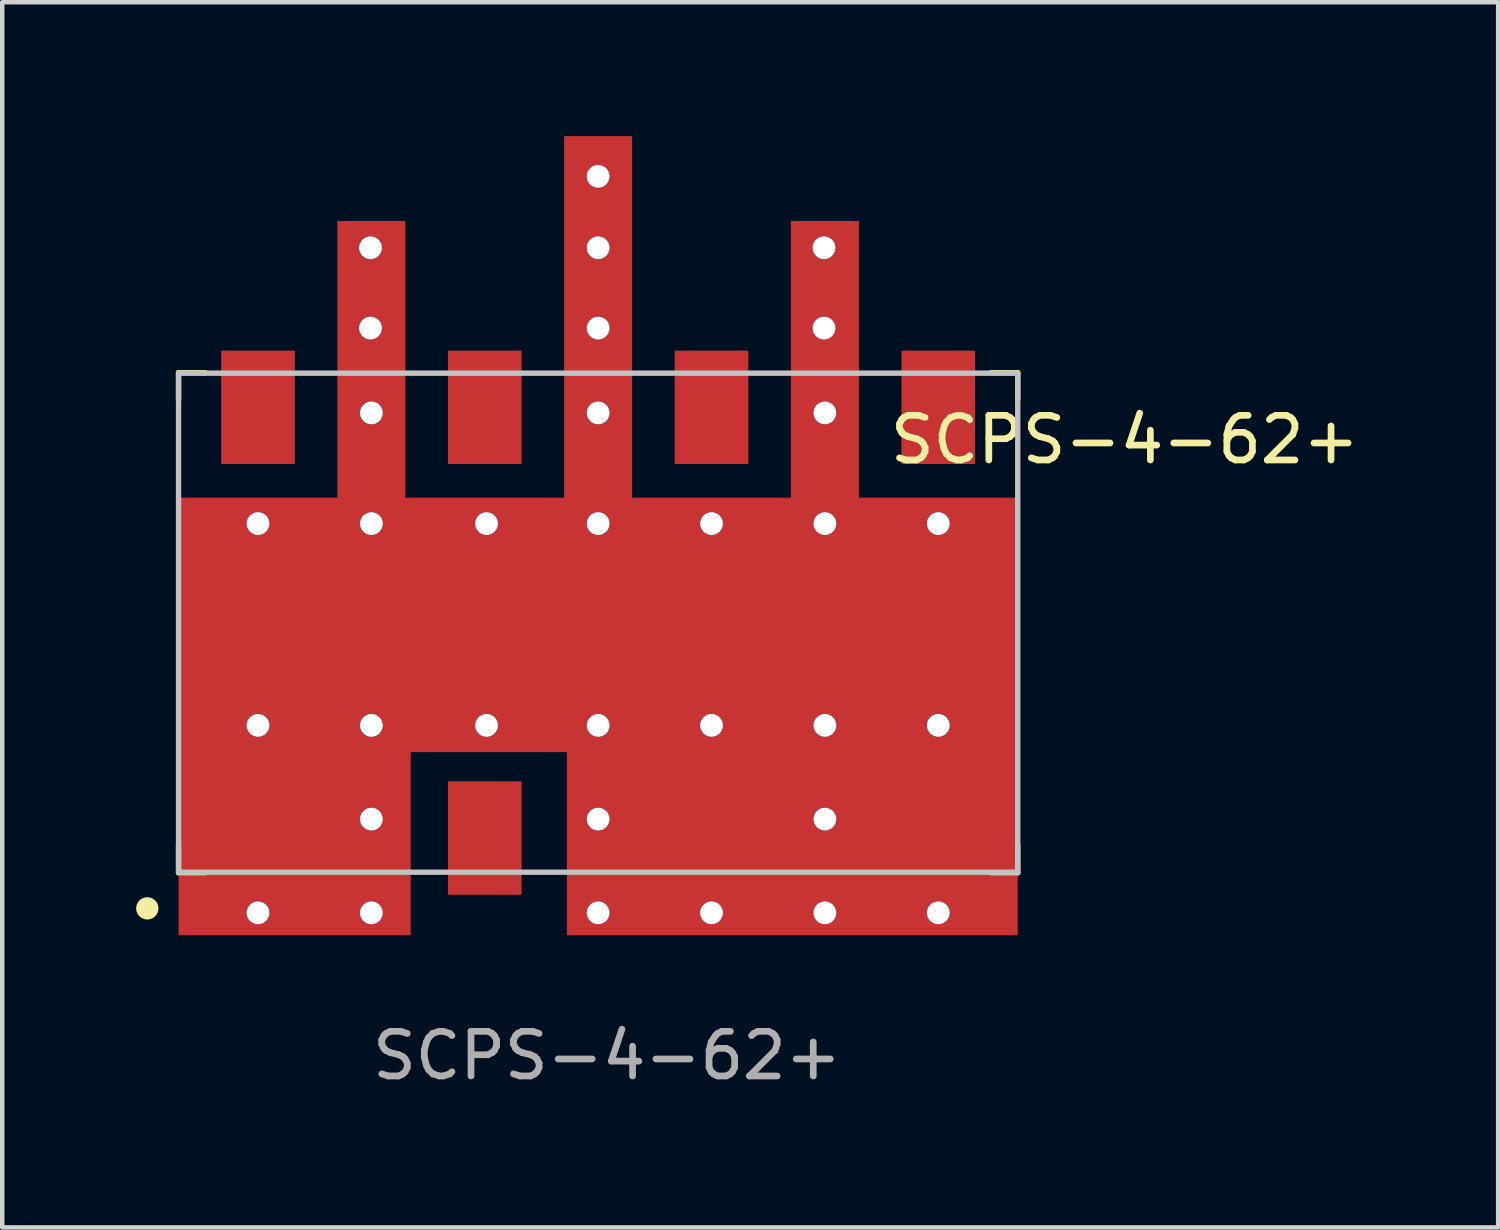
<source format=kicad_pcb>
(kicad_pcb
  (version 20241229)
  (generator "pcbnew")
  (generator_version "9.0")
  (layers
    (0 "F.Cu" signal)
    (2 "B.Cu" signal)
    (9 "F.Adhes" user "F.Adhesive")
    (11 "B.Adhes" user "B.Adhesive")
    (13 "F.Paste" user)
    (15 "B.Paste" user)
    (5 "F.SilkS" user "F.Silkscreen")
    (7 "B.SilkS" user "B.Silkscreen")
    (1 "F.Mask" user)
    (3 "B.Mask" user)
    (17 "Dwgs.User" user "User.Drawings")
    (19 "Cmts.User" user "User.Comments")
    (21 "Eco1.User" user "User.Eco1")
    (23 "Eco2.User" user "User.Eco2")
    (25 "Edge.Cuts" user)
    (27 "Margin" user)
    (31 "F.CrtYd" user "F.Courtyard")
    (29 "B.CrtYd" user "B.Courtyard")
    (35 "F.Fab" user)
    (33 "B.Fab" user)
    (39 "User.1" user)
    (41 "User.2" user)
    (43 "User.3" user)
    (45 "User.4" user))
  (footprint "SCPS-4-62+"
    (layer "F.Cu")
    (at 10.35 10.9)
    (property "Reference" "SCPS-4-62+" (at 11.8 -4.1 0) (unlocked yes) (layer "F.SilkS") (effects (font (size 1 1) (thickness 0.15))))
    (attr smd)
    (fp_rect (start -9.4 -2.8) (end 9.4 2.9) (stroke (width 0) (type solid)) (fill yes) (layer "F.Cu"))
    (fp_rect (start -9.4 7) (end -4.2 1.6) (stroke (width 0) (type solid)) (fill yes) (layer "F.Cu"))
    (fp_rect (start -5.842 -1.7) (end -4.318 -9) (stroke (width 0) (type solid)) (fill yes) (layer "F.Cu"))
    (fp_rect (start -0.762 -1.7) (end 0.762 -10.9) (stroke (width 0) (type solid)) (fill yes) (layer "F.Cu"))
    (fp_rect (start -0.7 7) (end 9.4 1.6) (stroke (width 0) (type solid)) (fill yes) (layer "F.Cu"))
    (fp_rect (start 4.318 -1.7) (end 5.842 -9) (stroke (width 0) (type solid)) (fill yes) (layer "F.Cu"))
    (fp_line (start -9.4 -5.6) (end -8.8 -5.6) (stroke (width 0.12) (type solid)) (layer "F.SilkS"))
    (fp_line (start -9.4 -5) (end -9.4 -5.6) (stroke (width 0.12) (type solid)) (layer "F.SilkS"))
    (fp_line (start -9.4 5.6) (end -9.4 5) (stroke (width 0.12) (type solid)) (layer "F.SilkS"))
    (fp_line (start -8.8 5.6) (end -9.4 5.6) (stroke (width 0.12) (type solid)) (layer "F.SilkS"))
    (fp_line (start 9.4 -5.6) (end 8.8 -5.6) (stroke (width 0.12) (type solid)) (layer "F.SilkS"))
    (fp_line (start 9.4 -5) (end 9.4 -5.6) (stroke (width 0.12) (type solid)) (layer "F.SilkS"))
    (fp_line (start 9.4 5) (end 9.4 5.6) (stroke (width 0.12) (type solid)) (layer "F.SilkS"))
    (fp_line (start 9.4 5.6) (end 8.8 5.6) (stroke (width 0.12) (type solid)) (layer "F.SilkS"))
    (fp_circle (center -10.1 6.4) (end -9.85 6.4) (stroke (width 0) (type solid)) (fill yes) (layer "F.SilkS"))
    (fp_rect (start -9.4 -5.59) (end 9.4 5.59) (stroke (width 0.12) (type solid)) (fill no) (layer "Dwgs.User"))
    (fp_text user "${REFERENCE}" (at 0.2 9.7 0) (unlocked yes) (layer "F.Fab") (effects (font (size 1 1) (thickness 0.15))))
    (pad "1" thru_hole circle (at -7.62 -2.22) (size 0.508 0.508) (drill 0.508) (layers "*.Cu"))
    (pad "1" thru_hole circle (at -7.62 2.3) (size 0.508 0.508) (drill 0.508) (layers "*.Cu"))
    (pad "1" smd rect (at -7.62 4.825) (size 1.65 2.54) (layers "F.Cu" "F.Mask" "F.Paste"))
    (pad "1" thru_hole circle (at -7.62 6.5) (size 0.508 0.508) (drill 0.508) (layers "*.Cu"))
    (pad "1" thru_hole circle (at -5.1 -8.4) (size 0.508 0.508) (drill 0.508) (layers "*.Cu"))
    (pad "1" thru_hole circle (at -5.1 -6.6) (size 0.508 0.508) (drill 0.508) (layers "*.Cu" "*.Mask"))
    (pad "1" thru_hole circle (at -5.08 -4.7) (size 0.508 0.508) (drill 0.508) (layers "*.Cu"))
    (pad "1" thru_hole circle (at -5.08 -2.22) (size 0.508 0.508) (drill 0.508) (layers "*.Cu"))
    (pad "1" thru_hole circle (at -5.08 2.3) (size 0.508 0.508) (drill 0.508) (layers "*.Cu"))
    (pad "1" thru_hole circle (at -5.08 4.4) (size 0.508 0.508) (drill 0.508) (layers "*.Cu"))
    (pad "1" thru_hole circle (at -5.08 6.5) (size 0.508 0.508) (drill 0.508) (layers "*.Cu"))
    (pad "1" thru_hole circle (at -2.5 -2.22) (size 0.508 0.508) (drill 0.508) (layers "*.Cu"))
    (pad "1" thru_hole circle (at -2.5 2.3) (size 0.508 0.508) (drill 0.508) (layers "*.Cu"))
    (pad "1" thru_hole circle (at 0 -10) (size 0.508 0.508) (drill 0.508) (layers "*.Cu"))
    (pad "1" thru_hole circle (at 0 -8.4) (size 0.508 0.508) (drill 0.508) (layers "*.Cu"))
    (pad "1" thru_hole circle (at 0 -6.6) (size 0.508 0.508) (drill 0.508) (layers "*.Cu"))
    (pad "1" thru_hole circle (at 0 -4.7) (size 0.508 0.508) (drill 0.508) (layers "*.Cu"))
    (pad "1" thru_hole circle (at 0 -2.22) (size 0.508 0.508) (drill 0.508) (layers "*.Cu"))
    (pad "1" thru_hole circle (at 0 2.3) (size 0.508 0.508) (drill 0.508) (layers "*.Cu"))
    (pad "1" thru_hole circle (at 0 4.4) (size 0.508 0.508) (drill 0.508) (layers "*.Cu"))
    (pad "1" thru_hole circle (at 0 6.5) (size 0.508 0.508) (drill 0.508) (layers "*.Cu"))
    (pad "1" thru_hole circle (at 2.54 -2.22) (size 0.508 0.508) (drill 0.508) (layers "*.Cu"))
    (pad "1" thru_hole circle (at 2.54 2.3) (size 0.508 0.508) (drill 0.508) (layers "*.Cu"))
    (pad "1" smd rect (at 2.54 4.825) (size 1.65 2.54) (layers "F.Cu" "F.Mask" "F.Paste"))
    (pad "1" thru_hole circle (at 2.54 6.5) (size 0.508 0.508) (drill 0.508) (layers "*.Cu"))
    (pad "1" thru_hole circle (at 5.06 -8.4) (size 0.508 0.508) (drill 0.508) (layers "*.Cu"))
    (pad "1" thru_hole circle (at 5.06 -6.6) (size 0.508 0.508) (drill 0.508) (layers "*.Cu"))
    (pad "1" thru_hole circle (at 5.08 -4.7) (size 0.508 0.508) (drill 0.508) (layers "*.Cu"))
    (pad "1" thru_hole circle (at 5.08 -2.22) (size 0.508 0.508) (drill 0.508) (layers "*.Cu"))
    (pad "1" thru_hole circle (at 5.08 2.3) (size 0.508 0.508) (drill 0.508) (layers "*.Cu"))
    (pad "1" thru_hole circle (at 5.08 4.4) (size 0.508 0.508) (drill 0.508) (layers "*.Cu"))
    (pad "1" thru_hole circle (at 5.08 6.5) (size 0.508 0.508) (drill 0.508) (layers "*.Cu"))
    (pad "1" thru_hole circle (at 7.62 -2.22) (size 0.508 0.508) (drill 0.508) (layers "*.Cu"))
    (pad "1" thru_hole circle (at 7.62 2.3) (size 0.508 0.508) (drill 0.508) (layers "*.Cu"))
    (pad "1" smd rect (at 7.62 4.825) (size 1.65 2.54) (layers "F.Cu" "F.Mask" "F.Paste"))
    (pad "1" thru_hole circle (at 7.62 6.5) (size 0.508 0.508) (drill 0.508) (layers "*.Cu"))
    (pad "2" smd rect (at -7.62 -4.825) (size 1.65 2.54) (layers "F.Cu" "F.Mask" "F.Paste"))
    (pad "3" smd rect (at -2.54 4.825) (size 1.65 2.54) (layers "F.Cu" "F.Mask" "F.Paste"))
    (pad "4" smd rect (at -2.54 -4.825) (size 1.65 2.54) (layers "F.Cu" "F.Mask" "F.Paste"))
    (pad "6" smd rect (at 2.54 -4.825) (size 1.65 2.54) (layers "F.Cu" "F.Mask" "F.Paste"))
    (pad "8" smd rect (at 7.62 -4.825) (size 1.65 2.54) (layers "F.Cu" "F.Mask" "F.Paste")))
  (gr_rect
    (start -3 -3)
    (end 30.513 24.448)
    (stroke (width 0.1) (type default))
    (fill no)
    (layer "Edge.Cuts")))
</source>
